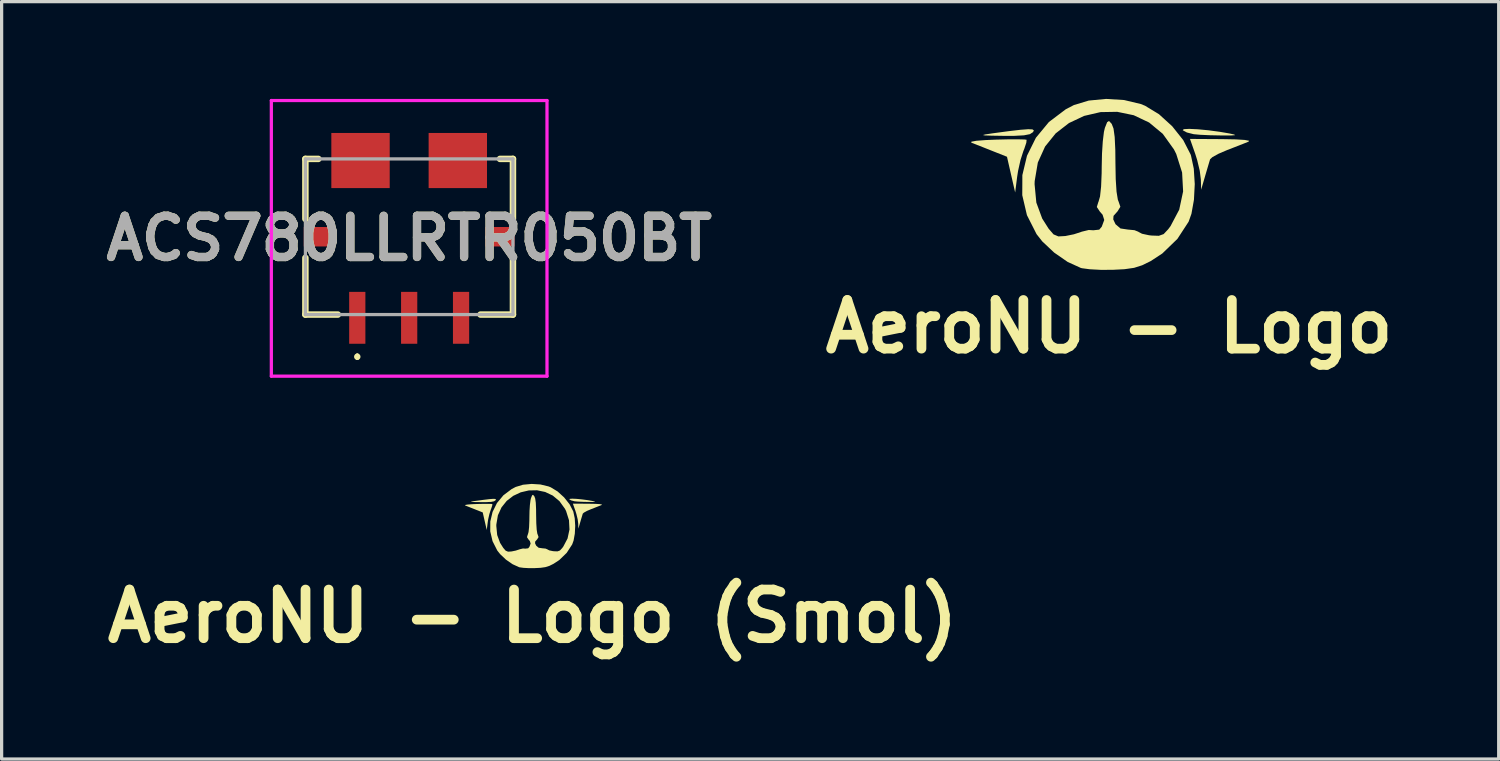
<source format=kicad_pcb>
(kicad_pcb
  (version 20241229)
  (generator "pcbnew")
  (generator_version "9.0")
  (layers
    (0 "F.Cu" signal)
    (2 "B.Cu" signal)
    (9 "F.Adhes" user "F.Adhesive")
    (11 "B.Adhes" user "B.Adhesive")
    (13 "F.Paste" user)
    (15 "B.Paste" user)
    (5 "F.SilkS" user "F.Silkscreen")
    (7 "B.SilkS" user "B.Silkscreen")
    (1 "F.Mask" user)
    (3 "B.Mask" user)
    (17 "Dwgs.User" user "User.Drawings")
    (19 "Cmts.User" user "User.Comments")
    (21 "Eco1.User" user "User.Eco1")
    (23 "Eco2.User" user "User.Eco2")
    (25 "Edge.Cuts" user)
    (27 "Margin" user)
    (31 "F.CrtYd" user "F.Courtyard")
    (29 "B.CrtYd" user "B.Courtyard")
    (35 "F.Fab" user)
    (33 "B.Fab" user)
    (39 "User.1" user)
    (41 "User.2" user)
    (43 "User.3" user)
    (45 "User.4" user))
  (footprint "ACS780LLRTR050BT"
    (layer "F.Cu")
    (at 9.567 4.3)
    (property "Reference" "ACS780LLRTR050BT" (at 0 0 0) (layer "F.SilkS") (effects (font (size 1.27 1.27) (thickness 0.254))))
    (attr smd)
    (fp_line (start -3.2 -2.45) (end -2.8 -2.45) (stroke (width 0.2) (type solid)) (layer "F.SilkS"))
    (fp_line (start -3.2 -0.6) (end -3.2 -2.45) (stroke (width 0.2) (type solid)) (layer "F.SilkS"))
    (fp_line (start -3.2 0.6) (end -3.2 2.35) (stroke (width 0.2) (type solid)) (layer "F.SilkS"))
    (fp_line (start -3.2 2.35) (end -2.2 2.35) (stroke (width 0.2) (type solid)) (layer "F.SilkS"))
    (fp_line (start -1.6 3.6) (end -1.6 3.6) (stroke (width 0.1) (type solid)) (layer "F.SilkS"))
    (fp_line (start -1.6 3.7) (end -1.6 3.7) (stroke (width 0.1) (type solid)) (layer "F.SilkS"))
    (fp_line (start 2.8 -2.45) (end 3.2 -2.45) (stroke (width 0.2) (type solid)) (layer "F.SilkS"))
    (fp_line (start 3.2 -2.45) (end 3.2 -0.6) (stroke (width 0.2) (type solid)) (layer "F.SilkS"))
    (fp_line (start 3.2 0.6) (end 3.2 2.35) (stroke (width 0.2) (type solid)) (layer "F.SilkS"))
    (fp_line (start 3.2 2.35) (end 2.2 2.35) (stroke (width 0.2) (type solid)) (layer "F.SilkS"))
    (fp_arc (start -1.6 3.6) (mid -1.55 3.65) (end -1.6 3.7) (stroke (width 0.1) (type solid)) (layer "F.SilkS"))
    (fp_arc (start -1.6 3.7) (mid -1.65 3.65) (end -1.6 3.6) (stroke (width 0.1) (type solid)) (layer "F.SilkS"))
    (fp_line (start -4.25 -4.25) (end 4.25 -4.25) (stroke (width 0.1) (type solid)) (layer "F.CrtYd"))
    (fp_line (start -4.25 4.25) (end -4.25 -4.25) (stroke (width 0.1) (type solid)) (layer "F.CrtYd"))
    (fp_line (start 4.25 -4.25) (end 4.25 4.25) (stroke (width 0.1) (type solid)) (layer "F.CrtYd"))
    (fp_line (start 4.25 4.25) (end -4.25 4.25) (stroke (width 0.1) (type solid)) (layer "F.CrtYd"))
    (fp_line (start -3.2 -2.45) (end 3.2 -2.45) (stroke (width 0.1) (type solid)) (layer "F.Fab"))
    (fp_line (start -3.2 2.35) (end -3.2 -2.45) (stroke (width 0.1) (type solid)) (layer "F.Fab"))
    (fp_line (start 3.2 -2.45) (end 3.2 2.35) (stroke (width 0.1) (type solid)) (layer "F.Fab"))
    (fp_line (start 3.2 2.35) (end -3.2 2.35) (stroke (width 0.1) (type solid)) (layer "F.Fab"))
    (fp_text user "${REFERENCE}" (at 0 0 0) (layer "F.Fab") (effects (font (size 1.27 1.27) (thickness 0.254))))
    (pad "1" smd rect (at -1.6 2.45) (size 0.5 1.6) (layers "F.Cu" "F.Mask" "F.Paste"))
    (pad "2" smd rect (at 0 2.45) (size 0.5 1.6) (layers "F.Cu" "F.Mask" "F.Paste"))
    (pad "3" smd rect (at 1.6 2.45) (size 0.5 1.6) (layers "F.Cu" "F.Mask" "F.Paste"))
    (pad "4" smd rect (at 2.8 -0.05 90) (size 0.6 0.9) (layers "F.Cu" "F.Mask" "F.Paste"))
    (pad "5" smd rect (at 1.5 -2.4 90) (size 1.7 1.8) (layers "F.Cu" "F.Mask" "F.Paste"))
    (pad "6" smd rect (at -1.5 -2.4 90) (size 1.7 1.8) (layers "F.Cu" "F.Mask" "F.Paste"))
    (pad "7" smd rect (at -2.8 -0.05 90) (size 0.6 0.9) (layers "F.Cu" "F.Mask" "F.Paste")))
  (footprint "AeroNU - Logo (Smol)"
    (layer "F.Cu")
    (at 13.371 15.951)
    (property "Reference" "AeroNU - Logo (Smol)" (at 0 0 0) (layer "F.SilkS") (effects (font (size 1.5 1.5) (thickness 0.3))))
    (attr board_only exclude_from_pos_files exclude_from_bom)
    (fp_poly (pts (xy 1.361 -3.618) (xy 1.522 -3.602) (xy 1.698 -3.579) (xy 1.842 -3.554) (xy 1.917 -3.538) (xy 1.929 -3.528) (xy 1.869 -3.524) (xy 1.734 -3.523) (xy 1.717 -3.523) (xy 1.549 -3.527) (xy 1.396 -3.534) (xy 1.3 -3.543) (xy 1.197 -3.569) (xy 1.133 -3.603) (xy 1.149 -3.619) (xy 1.231 -3.624)) (stroke (width 0) (type solid)) (fill yes) (layer "F.SilkS"))
    (fp_poly (pts (xy -1.149 -3.616) (xy -1.128 -3.601) (xy -1.141 -3.574) (xy -1.141 -3.574) (xy -1.188 -3.543) (xy -1.279 -3.525) (xy -1.426 -3.518) (xy -1.593 -3.518) (xy -1.771 -3.52) (xy -1.872 -3.524) (xy -1.902 -3.53) (xy -1.866 -3.54) (xy -1.77 -3.554) (xy -1.765 -3.554) (xy -1.512 -3.588) (xy -1.331 -3.61) (xy -1.213 -3.619)) (stroke (width 0) (type solid)) (fill yes) (layer "F.SilkS"))
    (fp_poly (pts (xy 1.731 -3.468) (xy 1.937 -3.464) (xy 2.075 -3.456) (xy 2.14 -3.443) (xy 2.134 -3.43) (xy 2.051 -3.397) (xy 1.922 -3.346) (xy 1.807 -3.301) (xy 1.677 -3.246) (xy 1.584 -3.194) (xy 1.549 -3.162) (xy 1.53 -3.098) (xy 1.496 -2.985) (xy 1.474 -2.908) (xy 1.413 -2.699) (xy 1.409 -2.857) (xy 1.392 -2.988) (xy 1.353 -3.149) (xy 1.324 -3.243) (xy 1.244 -3.471)) (stroke (width 0) (type solid)) (fill yes) (layer "F.SilkS"))
    (fp_poly (pts (xy -1.27 -3.462) (xy -1.238 -3.458) (xy -1.243 -3.413) (xy -1.273 -3.321) (xy -1.287 -3.286) (xy -1.33 -3.153) (xy -1.368 -2.985) (xy -1.382 -2.894) (xy -1.412 -2.658) (xy -1.474 -2.929) (xy -1.536 -3.2) (xy -1.765 -3.291) (xy -1.906 -3.347) (xy -2.025 -3.394) (xy -2.078 -3.414) (xy -2.077 -3.429) (xy -2.002 -3.443) (xy -1.861 -3.454) (xy -1.708 -3.46) (xy -1.523 -3.464) (xy -1.371 -3.465)) (stroke (width 0) (type solid)) (fill yes) (layer "F.SilkS"))
    (fp_poly (pts (xy 0.244 -4.062) (xy 0.493 -4.002) (xy 0.561 -3.975) (xy 0.772 -3.847) (xy 0.973 -3.664) (xy 1.141 -3.453) (xy 1.253 -3.237) (xy 1.259 -3.218) (xy 1.301 -3.02) (xy 1.316 -2.785) (xy 1.304 -2.546) (xy 1.266 -2.334) (xy 1.223 -2.214) (xy 1.053 -1.953) (xy 0.824 -1.731) (xy 0.648 -1.616) (xy 0.517 -1.551) (xy 0.395 -1.513) (xy 0.249 -1.492) (xy 0.07 -1.483) (xy -0.112 -1.482) (xy -0.277 -1.491) (xy -0.397 -1.507) (xy -0.416 -1.512) (xy -0.615 -1.603) (xy -0.819 -1.744) (xy -0.999 -1.914) (xy -1.087 -2.025) (xy -1.233 -2.313) (xy -1.304 -2.616) (xy -1.303 -2.783) (xy -1.117 -2.783) (xy -1.09 -2.504) (xy -1.001 -2.262) (xy -0.904 -2.108) (xy -0.829 -2.021) (xy -0.755 -1.99) (xy -0.65 -1.996) (xy -0.519 -2.023) (xy -0.41 -2.058) (xy -0.402 -2.062) (xy -0.294 -2.088) (xy -0.224 -2.083) (xy -0.135 -2.093) (xy -0.097 -2.137) (xy -0.059 -2.24) (xy -0.084 -2.32) (xy -0.125 -2.367) (xy -0.171 -2.437) (xy -0.15 -2.51) (xy -0.146 -2.515) (xy -0.123 -2.596) (xy -0.106 -2.746) (xy -0.098 -2.95) (xy -0.097 -3.047) (xy -0.093 -3.249) (xy -0.081 -3.433) (xy -0.063 -3.576) (xy -0.049 -3.638) (xy -0.014 -3.726) (xy 0.014 -3.744) (xy 0.052 -3.703) (xy 0.055 -3.699) (xy 0.082 -3.629) (xy 0.1 -3.5) (xy 0.109 -3.304) (xy 0.111 -3.108) (xy 0.116 -2.86) (xy 0.128 -2.671) (xy 0.147 -2.549) (xy 0.16 -2.515) (xy 0.186 -2.44) (xy 0.144 -2.372) (xy 0.14 -2.367) (xy 0.082 -2.302) (xy 0.078 -2.248) (xy 0.113 -2.175) (xy 0.188 -2.111) (xy 0.298 -2.095) (xy 0.401 -2.085) (xy 0.461 -2.06) (xy 0.463 -2.057) (xy 0.516 -2.03) (xy 0.619 -2.008) (xy 0.659 -2.003) (xy 0.77 -1.999) (xy 0.844 -2.026) (xy 0.913 -2.099) (xy 0.948 -2.146) (xy 1.08 -2.397) (xy 1.139 -2.673) (xy 1.124 -2.96) (xy 1.035 -3.242) (xy 1 -3.312) (xy 0.83 -3.548) (xy 0.623 -3.72) (xy 0.389 -3.831) (xy 0.139 -3.883) (xy -0.116 -3.878) (xy -0.364 -3.82) (xy -0.594 -3.712) (xy -0.796 -3.556) (xy -0.957 -3.355) (xy -1.068 -3.112) (xy -1.116 -2.83) (xy -1.117 -2.783) (xy -1.303 -2.783) (xy -1.302 -2.921) (xy -1.232 -3.216) (xy -1.097 -3.489) (xy -0.899 -3.728) (xy -0.643 -3.921) (xy -0.519 -3.986) (xy -0.294 -4.054) (xy -0.029 -4.079)) (stroke (width 0) (type solid)) (fill yes) (layer "F.SilkS")))
  (footprint "AeroNU - Logo"
    (layer "F.Cu")
    (at 31.149 8.622)
    (property "Reference" "AeroNU - Logo" (at 0 -1.6 0) (layer "F.SilkS") (effects (font (size 1.5 1.5) (thickness 0.3))))
    (attr board_only exclude_from_pos_files exclude_from_bom)
    (fp_poly (pts (xy 2.732 -7.686) (xy 3.06 -7.655) (xy 3.418 -7.607) (xy 3.71 -7.557) (xy 3.862 -7.523) (xy 3.885 -7.504) (xy 3.765 -7.495) (xy 3.49 -7.494) (xy 3.456 -7.495) (xy 3.114 -7.502) (xy 2.805 -7.516) (xy 2.609 -7.534) (xy 2.399 -7.587) (xy 2.271 -7.656) (xy 2.303 -7.689) (xy 2.469 -7.698)) (stroke (width 0) (type solid)) (fill yes) (layer "F.SilkS"))
    (fp_poly (pts (xy -2.362 -7.682) (xy -2.319 -7.651) (xy -2.346 -7.597) (xy -2.346 -7.597) (xy -2.442 -7.535) (xy -2.625 -7.499) (xy -2.925 -7.483) (xy -3.264 -7.483) (xy -3.626 -7.489) (xy -3.83 -7.496) (xy -3.89 -7.508) (xy -3.817 -7.527) (xy -3.623 -7.556) (xy -3.614 -7.558) (xy -3.099 -7.627) (xy -2.732 -7.67) (xy -2.493 -7.688)) (stroke (width 0) (type solid)) (fill yes) (layer "F.SilkS"))
    (fp_poly (pts (xy 3.484 -7.382) (xy 3.903 -7.374) (xy 4.183 -7.357) (xy 4.315 -7.332) (xy 4.303 -7.305) (xy 4.134 -7.237) (xy 3.871 -7.134) (xy 3.639 -7.044) (xy 3.375 -6.931) (xy 3.185 -6.826) (xy 3.115 -6.761) (xy 3.076 -6.631) (xy 3.008 -6.401) (xy 2.962 -6.245) (xy 2.839 -5.822) (xy 2.83 -6.141) (xy 2.796 -6.407) (xy 2.717 -6.736) (xy 2.658 -6.924) (xy 2.495 -7.388)) (stroke (width 0) (type solid)) (fill yes) (layer "F.SilkS"))
    (fp_poly (pts (xy -2.608 -7.371) (xy -2.543 -7.362) (xy -2.552 -7.271) (xy -2.614 -7.085) (xy -2.643 -7.013) (xy -2.73 -6.742) (xy -2.806 -6.402) (xy -2.835 -6.217) (xy -2.896 -5.737) (xy -3.022 -6.287) (xy -3.148 -6.838) (xy -3.614 -7.023) (xy -3.898 -7.136) (xy -4.14 -7.231) (xy -4.249 -7.273) (xy -4.246 -7.303) (xy -4.093 -7.331) (xy -3.807 -7.353) (xy -3.497 -7.366) (xy -3.121 -7.375) (xy -2.812 -7.376)) (stroke (width 0) (type solid)) (fill yes) (layer "F.SilkS"))
    (fp_poly (pts (xy 0.465 -8.587) (xy 0.972 -8.466) (xy 1.108 -8.412) (xy 1.538 -8.151) (xy 1.946 -7.78) (xy 2.287 -7.351) (xy 2.513 -6.912) (xy 2.526 -6.875) (xy 2.612 -6.472) (xy 2.642 -5.996) (xy 2.617 -5.511) (xy 2.54 -5.08) (xy 2.453 -4.836) (xy 2.108 -4.307) (xy 1.642 -3.856) (xy 1.285 -3.622) (xy 1.02 -3.492) (xy 0.771 -3.413) (xy 0.476 -3.371) (xy 0.112 -3.352) (xy -0.257 -3.351) (xy -0.593 -3.369) (xy -0.835 -3.401) (xy -0.873 -3.411) (xy -1.277 -3.595) (xy -1.693 -3.883) (xy -2.059 -4.227) (xy -2.236 -4.452) (xy -2.533 -5.038) (xy -2.677 -5.653) (xy -2.675 -5.991) (xy -2.297 -5.991) (xy -2.243 -5.425) (xy -2.062 -4.933) (xy -1.864 -4.621) (xy -1.713 -4.445) (xy -1.563 -4.382) (xy -1.349 -4.394) (xy -1.084 -4.448) (xy -0.862 -4.52) (xy -0.846 -4.527) (xy -0.627 -4.58) (xy -0.485 -4.571) (xy -0.303 -4.591) (xy -0.226 -4.681) (xy -0.149 -4.889) (xy -0.2 -5.051) (xy -0.284 -5.147) (xy -0.378 -5.289) (xy -0.333 -5.437) (xy -0.327 -5.448) (xy -0.279 -5.613) (xy -0.246 -5.917) (xy -0.229 -6.332) (xy -0.227 -6.528) (xy -0.218 -6.937) (xy -0.194 -7.312) (xy -0.159 -7.601) (xy -0.13 -7.727) (xy -0.059 -7.905) (xy -0.002 -7.942) (xy 0.076 -7.858) (xy 0.082 -7.85) (xy 0.137 -7.708) (xy 0.173 -7.447) (xy 0.192 -7.049) (xy 0.196 -6.651) (xy 0.205 -6.148) (xy 0.23 -5.763) (xy 0.27 -5.516) (xy 0.296 -5.448) (xy 0.348 -5.296) (xy 0.263 -5.157) (xy 0.254 -5.147) (xy 0.137 -5.015) (xy 0.129 -4.906) (xy 0.199 -4.758) (xy 0.352 -4.627) (xy 0.575 -4.594) (xy 0.783 -4.574) (xy 0.906 -4.525) (xy 0.91 -4.518) (xy 1.017 -4.464) (xy 1.227 -4.419) (xy 1.309 -4.409) (xy 1.534 -4.401) (xy 1.683 -4.454) (xy 1.823 -4.603) (xy 1.894 -4.698) (xy 2.163 -5.207) (xy 2.283 -5.769) (xy 2.252 -6.352) (xy 2.071 -6.924) (xy 2 -7.065) (xy 1.656 -7.545) (xy 1.235 -7.894) (xy 0.759 -8.119) (xy 0.251 -8.224) (xy -0.265 -8.215) (xy -0.769 -8.098) (xy -1.236 -7.878) (xy -1.645 -7.561) (xy -1.973 -7.154) (xy -2.197 -6.66) (xy -2.294 -6.087) (xy -2.297 -5.991) (xy -2.675 -5.991) (xy -2.674 -6.272) (xy -2.531 -6.87) (xy -2.256 -7.425) (xy -1.855 -7.91) (xy -1.336 -8.302) (xy -1.084 -8.433) (xy -0.627 -8.571) (xy -0.089 -8.622)) (stroke (width 0) (type solid)) (fill yes) (layer "F.SilkS")))
  (gr_rect
    (start -3 -3)
    (end 43.163 20.355)
    (stroke (width 0.1) (type default))
    (fill no)
    (layer "Edge.Cuts")))
</source>
